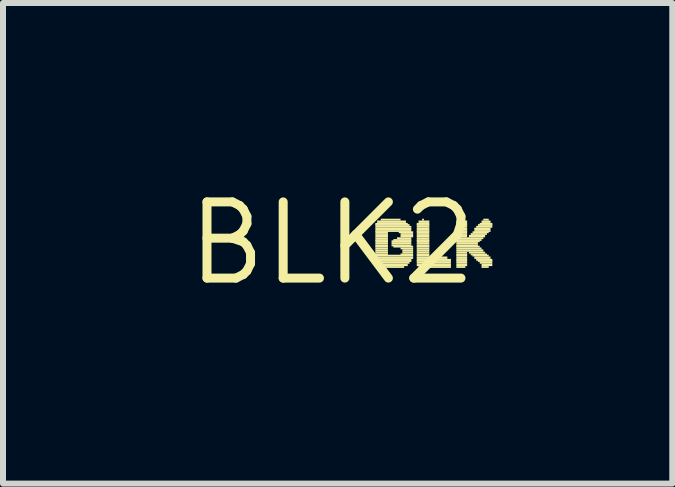
<source format=kicad_pcb>
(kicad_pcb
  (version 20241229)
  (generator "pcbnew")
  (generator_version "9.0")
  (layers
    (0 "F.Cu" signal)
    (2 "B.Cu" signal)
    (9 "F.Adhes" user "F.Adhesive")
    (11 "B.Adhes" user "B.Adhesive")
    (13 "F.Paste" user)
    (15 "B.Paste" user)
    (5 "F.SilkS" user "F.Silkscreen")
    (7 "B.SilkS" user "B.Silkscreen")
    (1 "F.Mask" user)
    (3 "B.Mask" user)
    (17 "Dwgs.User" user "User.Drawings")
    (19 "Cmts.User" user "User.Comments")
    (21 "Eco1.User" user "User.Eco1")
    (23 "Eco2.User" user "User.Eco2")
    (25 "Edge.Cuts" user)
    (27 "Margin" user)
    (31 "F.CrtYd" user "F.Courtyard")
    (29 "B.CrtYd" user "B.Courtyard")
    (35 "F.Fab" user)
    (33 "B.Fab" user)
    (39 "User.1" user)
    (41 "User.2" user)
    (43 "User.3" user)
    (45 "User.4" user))
  (footprint "BLK2"
    (layer "F.Cu")
    (at 2.487 1.006)
    (property "Reference" "BLK2" (at 0 0 0) (layer "F.SilkS") (effects (font (size 1.27 1.27) (thickness 0.15))))
    (attr through_hole)
    (fp_poly (pts (xy 0.72 -0.31) (xy 1.26 -0.31) (xy 1.26 -0.34) (xy 0.72 -0.34)) (stroke (width 0) (type solid)) (fill yes) (layer "F.SilkS"))
    (fp_poly (pts (xy 0.72 -0.29) (xy 1.29 -0.29) (xy 1.29 -0.32) (xy 0.72 -0.32)) (stroke (width 0) (type solid)) (fill yes) (layer "F.SilkS"))
    (fp_poly (pts (xy 0.72 -0.26) (xy 1.32 -0.26) (xy 1.32 -0.29) (xy 0.72 -0.29)) (stroke (width 0) (type solid)) (fill yes) (layer "F.SilkS"))
    (fp_poly (pts (xy 0.72 -0.22) (xy 1.32 -0.22) (xy 1.32 -0.26) (xy 0.72 -0.26)) (stroke (width 0) (type solid)) (fill yes) (layer "F.SilkS"))
    (fp_poly (pts (xy 0.72 -0.19) (xy 1.32 -0.19) (xy 1.32 -0.22) (xy 0.72 -0.22)) (stroke (width 0) (type solid)) (fill yes) (layer "F.SilkS"))
    (fp_poly (pts (xy 0.72 -0.17) (xy 0.93 -0.17) (xy 0.93 -0.2) (xy 0.72 -0.2)) (stroke (width 0) (type solid)) (fill yes) (layer "F.SilkS"))
    (fp_poly (pts (xy 0.72 -0.14) (xy 0.93 -0.14) (xy 0.93 -0.17) (xy 0.72 -0.17)) (stroke (width 0) (type solid)) (fill yes) (layer "F.SilkS"))
    (fp_poly (pts (xy 0.72 -0.1) (xy 0.93 -0.1) (xy 0.93 -0.14) (xy 0.72 -0.14)) (stroke (width 0) (type solid)) (fill yes) (layer "F.SilkS"))
    (fp_poly (pts (xy 0.72 -0.07) (xy 0.93 -0.07) (xy 0.93 -0.1) (xy 0.72 -0.1)) (stroke (width 0) (type solid)) (fill yes) (layer "F.SilkS"))
    (fp_poly (pts (xy 0.72 -0.04) (xy 0.93 -0.04) (xy 0.93 -0.07) (xy 0.72 -0.07)) (stroke (width 0) (type solid)) (fill yes) (layer "F.SilkS"))
    (fp_poly (pts (xy 0.72 -0.02) (xy 0.93 -0.02) (xy 0.93 -0.05) (xy 0.72 -0.05)) (stroke (width 0) (type solid)) (fill yes) (layer "F.SilkS"))
    (fp_poly (pts (xy 0.72 0.02) (xy 0.93 0.02) (xy 0.93 -0.02) (xy 0.72 -0.02)) (stroke (width 0) (type solid)) (fill yes) (layer "F.SilkS"))
    (fp_poly (pts (xy 0.72 0.05) (xy 0.93 0.05) (xy 0.93 0.02) (xy 0.72 0.02)) (stroke (width 0) (type solid)) (fill yes) (layer "F.SilkS"))
    (fp_poly (pts (xy 0.72 0.07) (xy 0.93 0.07) (xy 0.93 0.04) (xy 0.72 0.04)) (stroke (width 0) (type solid)) (fill yes) (layer "F.SilkS"))
    (fp_poly (pts (xy 0.72 0.1) (xy 0.93 0.1) (xy 0.93 0.07) (xy 0.72 0.07)) (stroke (width 0) (type solid)) (fill yes) (layer "F.SilkS"))
    (fp_poly (pts (xy 0.72 0.14) (xy 0.93 0.14) (xy 0.93 0.1) (xy 0.72 0.1)) (stroke (width 0) (type solid)) (fill yes) (layer "F.SilkS"))
    (fp_poly (pts (xy 0.72 0.17) (xy 0.93 0.17) (xy 0.93 0.14) (xy 0.72 0.14)) (stroke (width 0) (type solid)) (fill yes) (layer "F.SilkS"))
    (fp_poly (pts (xy 0.72 0.2) (xy 0.93 0.2) (xy 0.93 0.17) (xy 0.72 0.17)) (stroke (width 0) (type solid)) (fill yes) (layer "F.SilkS"))
    (fp_poly (pts (xy 0.72 0.22) (xy 1.35 0.22) (xy 1.35 0.19) (xy 0.72 0.19)) (stroke (width 0) (type solid)) (fill yes) (layer "F.SilkS"))
    (fp_poly (pts (xy 0.72 0.26) (xy 1.35 0.26) (xy 1.35 0.22) (xy 0.72 0.22)) (stroke (width 0) (type solid)) (fill yes) (layer "F.SilkS"))
    (fp_poly (pts (xy 0.72 0.29) (xy 1.32 0.29) (xy 1.32 0.26) (xy 0.72 0.26)) (stroke (width 0) (type solid)) (fill yes) (layer "F.SilkS"))
    (fp_poly (pts (xy 0.72 0.31) (xy 1.32 0.31) (xy 1.32 0.28) (xy 0.72 0.28)) (stroke (width 0) (type solid)) (fill yes) (layer "F.SilkS"))
    (fp_poly (pts (xy 0.72 0.34) (xy 1.29 0.34) (xy 1.29 0.31) (xy 0.72 0.31)) (stroke (width 0) (type solid)) (fill yes) (layer "F.SilkS"))
    (fp_poly (pts (xy 0.72 0.38) (xy 1.26 0.38) (xy 1.26 0.34) (xy 0.72 0.34)) (stroke (width 0) (type solid)) (fill yes) (layer "F.SilkS"))
    (fp_poly (pts (xy 0.75 -0.34) (xy 1.23 -0.34) (xy 1.23 -0.38) (xy 0.75 -0.38)) (stroke (width 0) (type solid)) (fill yes) (layer "F.SilkS"))
    (fp_poly (pts (xy 0.75 0.41) (xy 1.2 0.41) (xy 1.2 0.38) (xy 0.75 0.38)) (stroke (width 0) (type solid)) (fill yes) (layer "F.SilkS"))
    (fp_poly (pts (xy 0.81 -0.38) (xy 1.14 -0.38) (xy 1.14 -0.41) (xy 0.81 -0.41)) (stroke (width 0) (type solid)) (fill yes) (layer "F.SilkS"))
    (fp_poly (pts (xy 0.99 -0.02) (xy 1.32 -0.02) (xy 1.32 -0.05) (xy 0.99 -0.05)) (stroke (width 0) (type solid)) (fill yes) (layer "F.SilkS"))
    (fp_poly (pts (xy 0.99 0.02) (xy 1.32 0.02) (xy 1.32 -0.02) (xy 0.99 -0.02)) (stroke (width 0) (type solid)) (fill yes) (layer "F.SilkS"))
    (fp_poly (pts (xy 0.99 0.05) (xy 1.32 0.05) (xy 1.32 0.02) (xy 0.99 0.02)) (stroke (width 0) (type solid)) (fill yes) (layer "F.SilkS"))
    (fp_poly (pts (xy 1.02 -0.04) (xy 1.32 -0.04) (xy 1.32 -0.07) (xy 1.02 -0.07)) (stroke (width 0) (type solid)) (fill yes) (layer "F.SilkS"))
    (fp_poly (pts (xy 1.02 0.07) (xy 1.35 0.07) (xy 1.35 0.04) (xy 1.02 0.04)) (stroke (width 0) (type solid)) (fill yes) (layer "F.SilkS"))
    (fp_poly (pts (xy 1.08 -0.07) (xy 1.32 -0.07) (xy 1.32 -0.1) (xy 1.08 -0.1)) (stroke (width 0) (type solid)) (fill yes) (layer "F.SilkS"))
    (fp_poly (pts (xy 1.11 -0.17) (xy 1.35 -0.17) (xy 1.35 -0.2) (xy 1.11 -0.2)) (stroke (width 0) (type solid)) (fill yes) (layer "F.SilkS"))
    (fp_poly (pts (xy 1.14 -0.14) (xy 1.35 -0.14) (xy 1.35 -0.17) (xy 1.14 -0.17)) (stroke (width 0) (type solid)) (fill yes) (layer "F.SilkS"))
    (fp_poly (pts (xy 1.14 -0.1) (xy 1.35 -0.1) (xy 1.35 -0.14) (xy 1.14 -0.14)) (stroke (width 0) (type solid)) (fill yes) (layer "F.SilkS"))
    (fp_poly (pts (xy 1.14 0.1) (xy 1.35 0.1) (xy 1.35 0.07) (xy 1.14 0.07)) (stroke (width 0) (type solid)) (fill yes) (layer "F.SilkS"))
    (fp_poly (pts (xy 1.14 0.2) (xy 1.35 0.2) (xy 1.35 0.17) (xy 1.14 0.17)) (stroke (width 0) (type solid)) (fill yes) (layer "F.SilkS"))
    (fp_poly (pts (xy 1.17 0.14) (xy 1.35 0.14) (xy 1.35 0.1) (xy 1.17 0.1)) (stroke (width 0) (type solid)) (fill yes) (layer "F.SilkS"))
    (fp_poly (pts (xy 1.17 0.17) (xy 1.35 0.17) (xy 1.35 0.14) (xy 1.17 0.14)) (stroke (width 0) (type solid)) (fill yes) (layer "F.SilkS"))
    (fp_poly (pts (xy 1.41 -0.31) (xy 1.62 -0.31) (xy 1.62 -0.34) (xy 1.41 -0.34)) (stroke (width 0) (type solid)) (fill yes) (layer "F.SilkS"))
    (fp_poly (pts (xy 1.41 -0.29) (xy 1.62 -0.29) (xy 1.62 -0.32) (xy 1.41 -0.32)) (stroke (width 0) (type solid)) (fill yes) (layer "F.SilkS"))
    (fp_poly (pts (xy 1.41 -0.26) (xy 1.62 -0.26) (xy 1.62 -0.29) (xy 1.41 -0.29)) (stroke (width 0) (type solid)) (fill yes) (layer "F.SilkS"))
    (fp_poly (pts (xy 1.41 -0.22) (xy 1.62 -0.22) (xy 1.62 -0.26) (xy 1.41 -0.26)) (stroke (width 0) (type solid)) (fill yes) (layer "F.SilkS"))
    (fp_poly (pts (xy 1.41 -0.19) (xy 1.62 -0.19) (xy 1.62 -0.22) (xy 1.41 -0.22)) (stroke (width 0) (type solid)) (fill yes) (layer "F.SilkS"))
    (fp_poly (pts (xy 1.41 -0.17) (xy 1.62 -0.17) (xy 1.62 -0.2) (xy 1.41 -0.2)) (stroke (width 0) (type solid)) (fill yes) (layer "F.SilkS"))
    (fp_poly (pts (xy 1.41 -0.14) (xy 1.62 -0.14) (xy 1.62 -0.17) (xy 1.41 -0.17)) (stroke (width 0) (type solid)) (fill yes) (layer "F.SilkS"))
    (fp_poly (pts (xy 1.41 -0.1) (xy 1.62 -0.1) (xy 1.62 -0.14) (xy 1.41 -0.14)) (stroke (width 0) (type solid)) (fill yes) (layer "F.SilkS"))
    (fp_poly (pts (xy 1.41 -0.07) (xy 1.62 -0.07) (xy 1.62 -0.1) (xy 1.41 -0.1)) (stroke (width 0) (type solid)) (fill yes) (layer "F.SilkS"))
    (fp_poly (pts (xy 1.41 -0.04) (xy 1.62 -0.04) (xy 1.62 -0.07) (xy 1.41 -0.07)) (stroke (width 0) (type solid)) (fill yes) (layer "F.SilkS"))
    (fp_poly (pts (xy 1.41 -0.02) (xy 1.62 -0.02) (xy 1.62 -0.05) (xy 1.41 -0.05)) (stroke (width 0) (type solid)) (fill yes) (layer "F.SilkS"))
    (fp_poly (pts (xy 1.41 0.02) (xy 1.62 0.02) (xy 1.62 -0.02) (xy 1.41 -0.02)) (stroke (width 0) (type solid)) (fill yes) (layer "F.SilkS"))
    (fp_poly (pts (xy 1.41 0.05) (xy 1.62 0.05) (xy 1.62 0.02) (xy 1.41 0.02)) (stroke (width 0) (type solid)) (fill yes) (layer "F.SilkS"))
    (fp_poly (pts (xy 1.41 0.07) (xy 1.62 0.07) (xy 1.62 0.04) (xy 1.41 0.04)) (stroke (width 0) (type solid)) (fill yes) (layer "F.SilkS"))
    (fp_poly (pts (xy 1.41 0.1) (xy 1.62 0.1) (xy 1.62 0.07) (xy 1.41 0.07)) (stroke (width 0) (type solid)) (fill yes) (layer "F.SilkS"))
    (fp_poly (pts (xy 1.41 0.14) (xy 1.62 0.14) (xy 1.62 0.1) (xy 1.41 0.1)) (stroke (width 0) (type solid)) (fill yes) (layer "F.SilkS"))
    (fp_poly (pts (xy 1.41 0.17) (xy 1.62 0.17) (xy 1.62 0.14) (xy 1.41 0.14)) (stroke (width 0) (type solid)) (fill yes) (layer "F.SilkS"))
    (fp_poly (pts (xy 1.41 0.2) (xy 1.62 0.2) (xy 1.62 0.17) (xy 1.41 0.17)) (stroke (width 0) (type solid)) (fill yes) (layer "F.SilkS"))
    (fp_poly (pts (xy 1.41 0.22) (xy 1.62 0.22) (xy 1.62 0.19) (xy 1.41 0.19)) (stroke (width 0) (type solid)) (fill yes) (layer "F.SilkS"))
    (fp_poly (pts (xy 1.41 0.26) (xy 1.92 0.26) (xy 1.92 0.22) (xy 1.41 0.22)) (stroke (width 0) (type solid)) (fill yes) (layer "F.SilkS"))
    (fp_poly (pts (xy 1.41 0.29) (xy 1.98 0.29) (xy 1.98 0.26) (xy 1.41 0.26)) (stroke (width 0) (type solid)) (fill yes) (layer "F.SilkS"))
    (fp_poly (pts (xy 1.41 0.31) (xy 1.98 0.31) (xy 1.98 0.28) (xy 1.41 0.28)) (stroke (width 0) (type solid)) (fill yes) (layer "F.SilkS"))
    (fp_poly (pts (xy 1.41 0.34) (xy 1.98 0.34) (xy 1.98 0.31) (xy 1.41 0.31)) (stroke (width 0) (type solid)) (fill yes) (layer "F.SilkS"))
    (fp_poly (pts (xy 1.41 0.38) (xy 1.98 0.38) (xy 1.98 0.34) (xy 1.41 0.34)) (stroke (width 0) (type solid)) (fill yes) (layer "F.SilkS"))
    (fp_poly (pts (xy 1.44 -0.34) (xy 1.62 -0.34) (xy 1.62 -0.38) (xy 1.44 -0.38)) (stroke (width 0) (type solid)) (fill yes) (layer "F.SilkS"))
    (fp_poly (pts (xy 1.44 0.41) (xy 1.98 0.41) (xy 1.98 0.38) (xy 1.44 0.38)) (stroke (width 0) (type solid)) (fill yes) (layer "F.SilkS"))
    (fp_poly (pts (xy 1.5 -0.38) (xy 1.53 -0.38) (xy 1.53 -0.41) (xy 1.5 -0.41)) (stroke (width 0) (type solid)) (fill yes) (layer "F.SilkS"))
    (fp_poly (pts (xy 2.07 -0.34) (xy 2.25 -0.34) (xy 2.25 -0.38) (xy 2.07 -0.38)) (stroke (width 0) (type solid)) (fill yes) (layer "F.SilkS"))
    (fp_poly (pts (xy 2.07 -0.31) (xy 2.25 -0.31) (xy 2.25 -0.34) (xy 2.07 -0.34)) (stroke (width 0) (type solid)) (fill yes) (layer "F.SilkS"))
    (fp_poly (pts (xy 2.07 -0.29) (xy 2.25 -0.29) (xy 2.25 -0.32) (xy 2.07 -0.32)) (stroke (width 0) (type solid)) (fill yes) (layer "F.SilkS"))
    (fp_poly (pts (xy 2.07 -0.26) (xy 2.25 -0.26) (xy 2.25 -0.29) (xy 2.07 -0.29)) (stroke (width 0) (type solid)) (fill yes) (layer "F.SilkS"))
    (fp_poly (pts (xy 2.07 -0.22) (xy 2.25 -0.22) (xy 2.25 -0.26) (xy 2.07 -0.26)) (stroke (width 0) (type solid)) (fill yes) (layer "F.SilkS"))
    (fp_poly (pts (xy 2.07 -0.19) (xy 2.25 -0.19) (xy 2.25 -0.22) (xy 2.07 -0.22)) (stroke (width 0) (type solid)) (fill yes) (layer "F.SilkS"))
    (fp_poly (pts (xy 2.07 -0.17) (xy 2.25 -0.17) (xy 2.25 -0.2) (xy 2.07 -0.2)) (stroke (width 0) (type solid)) (fill yes) (layer "F.SilkS"))
    (fp_poly (pts (xy 2.07 -0.14) (xy 2.25 -0.14) (xy 2.25 -0.17) (xy 2.07 -0.17)) (stroke (width 0) (type solid)) (fill yes) (layer "F.SilkS"))
    (fp_poly (pts (xy 2.07 -0.1) (xy 2.25 -0.1) (xy 2.25 -0.14) (xy 2.07 -0.14)) (stroke (width 0) (type solid)) (fill yes) (layer "F.SilkS"))
    (fp_poly (pts (xy 2.07 -0.07) (xy 2.52 -0.07) (xy 2.52 -0.1) (xy 2.07 -0.1)) (stroke (width 0) (type solid)) (fill yes) (layer "F.SilkS"))
    (fp_poly (pts (xy 2.07 -0.04) (xy 2.49 -0.04) (xy 2.49 -0.07) (xy 2.07 -0.07)) (stroke (width 0) (type solid)) (fill yes) (layer "F.SilkS"))
    (fp_poly (pts (xy 2.07 -0.02) (xy 2.46 -0.02) (xy 2.46 -0.05) (xy 2.07 -0.05)) (stroke (width 0) (type solid)) (fill yes) (layer "F.SilkS"))
    (fp_poly (pts (xy 2.07 0.02) (xy 2.43 0.02) (xy 2.43 -0.02) (xy 2.07 -0.02)) (stroke (width 0) (type solid)) (fill yes) (layer "F.SilkS"))
    (fp_poly (pts (xy 2.07 0.05) (xy 2.43 0.05) (xy 2.43 0.02) (xy 2.07 0.02)) (stroke (width 0) (type solid)) (fill yes) (layer "F.SilkS"))
    (fp_poly (pts (xy 2.07 0.07) (xy 2.46 0.07) (xy 2.46 0.04) (xy 2.07 0.04)) (stroke (width 0) (type solid)) (fill yes) (layer "F.SilkS"))
    (fp_poly (pts (xy 2.07 0.1) (xy 2.49 0.1) (xy 2.49 0.07) (xy 2.07 0.07)) (stroke (width 0) (type solid)) (fill yes) (layer "F.SilkS"))
    (fp_poly (pts (xy 2.07 0.14) (xy 2.52 0.14) (xy 2.52 0.1) (xy 2.07 0.1)) (stroke (width 0) (type solid)) (fill yes) (layer "F.SilkS"))
    (fp_poly (pts (xy 2.07 0.17) (xy 2.25 0.17) (xy 2.25 0.14) (xy 2.07 0.14)) (stroke (width 0) (type solid)) (fill yes) (layer "F.SilkS"))
    (fp_poly (pts (xy 2.07 0.2) (xy 2.25 0.2) (xy 2.25 0.17) (xy 2.07 0.17)) (stroke (width 0) (type solid)) (fill yes) (layer "F.SilkS"))
    (fp_poly (pts (xy 2.07 0.22) (xy 2.25 0.22) (xy 2.25 0.19) (xy 2.07 0.19)) (stroke (width 0) (type solid)) (fill yes) (layer "F.SilkS"))
    (fp_poly (pts (xy 2.07 0.26) (xy 2.25 0.26) (xy 2.25 0.22) (xy 2.07 0.22)) (stroke (width 0) (type solid)) (fill yes) (layer "F.SilkS"))
    (fp_poly (pts (xy 2.07 0.29) (xy 2.25 0.29) (xy 2.25 0.26) (xy 2.07 0.26)) (stroke (width 0) (type solid)) (fill yes) (layer "F.SilkS"))
    (fp_poly (pts (xy 2.07 0.31) (xy 2.25 0.31) (xy 2.25 0.28) (xy 2.07 0.28)) (stroke (width 0) (type solid)) (fill yes) (layer "F.SilkS"))
    (fp_poly (pts (xy 2.07 0.34) (xy 2.25 0.34) (xy 2.25 0.31) (xy 2.07 0.31)) (stroke (width 0) (type solid)) (fill yes) (layer "F.SilkS"))
    (fp_poly (pts (xy 2.07 0.38) (xy 2.25 0.38) (xy 2.25 0.34) (xy 2.07 0.34)) (stroke (width 0) (type solid)) (fill yes) (layer "F.SilkS"))
    (fp_poly (pts (xy 2.07 0.41) (xy 2.22 0.41) (xy 2.22 0.38) (xy 2.07 0.38)) (stroke (width 0) (type solid)) (fill yes) (layer "F.SilkS"))
    (fp_poly (pts (xy 2.13 -0.38) (xy 2.19 -0.38) (xy 2.19 -0.41) (xy 2.13 -0.41)) (stroke (width 0) (type solid)) (fill yes) (layer "F.SilkS"))
    (fp_poly (pts (xy 2.28 -0.1) (xy 2.55 -0.1) (xy 2.55 -0.14) (xy 2.28 -0.14)) (stroke (width 0) (type solid)) (fill yes) (layer "F.SilkS"))
    (fp_poly (pts (xy 2.28 0.17) (xy 2.55 0.17) (xy 2.55 0.14) (xy 2.28 0.14)) (stroke (width 0) (type solid)) (fill yes) (layer "F.SilkS"))
    (fp_poly (pts (xy 2.31 -0.14) (xy 2.58 -0.14) (xy 2.58 -0.17) (xy 2.31 -0.17)) (stroke (width 0) (type solid)) (fill yes) (layer "F.SilkS"))
    (fp_poly (pts (xy 2.31 0.2) (xy 2.58 0.2) (xy 2.58 0.17) (xy 2.31 0.17)) (stroke (width 0) (type solid)) (fill yes) (layer "F.SilkS"))
    (fp_poly (pts (xy 2.34 -0.17) (xy 2.61 -0.17) (xy 2.61 -0.2) (xy 2.34 -0.2)) (stroke (width 0) (type solid)) (fill yes) (layer "F.SilkS"))
    (fp_poly (pts (xy 2.34 0.22) (xy 2.61 0.22) (xy 2.61 0.19) (xy 2.34 0.19)) (stroke (width 0) (type solid)) (fill yes) (layer "F.SilkS"))
    (fp_poly (pts (xy 2.37 -0.22) (xy 2.64 -0.22) (xy 2.64 -0.26) (xy 2.37 -0.26)) (stroke (width 0) (type solid)) (fill yes) (layer "F.SilkS"))
    (fp_poly (pts (xy 2.37 -0.19) (xy 2.64 -0.19) (xy 2.64 -0.22) (xy 2.37 -0.22)) (stroke (width 0) (type solid)) (fill yes) (layer "F.SilkS"))
    (fp_poly (pts (xy 2.37 0.26) (xy 2.64 0.26) (xy 2.64 0.22) (xy 2.37 0.22)) (stroke (width 0) (type solid)) (fill yes) (layer "F.SilkS"))
    (fp_poly (pts (xy 2.4 -0.26) (xy 2.67 -0.26) (xy 2.67 -0.29) (xy 2.4 -0.29)) (stroke (width 0) (type solid)) (fill yes) (layer "F.SilkS"))
    (fp_poly (pts (xy 2.4 0.29) (xy 2.67 0.29) (xy 2.67 0.26) (xy 2.4 0.26)) (stroke (width 0) (type solid)) (fill yes) (layer "F.SilkS"))
    (fp_poly (pts (xy 2.43 -0.29) (xy 2.67 -0.29) (xy 2.67 -0.32) (xy 2.43 -0.32)) (stroke (width 0) (type solid)) (fill yes) (layer "F.SilkS"))
    (fp_poly (pts (xy 2.43 0.31) (xy 2.67 0.31) (xy 2.67 0.28) (xy 2.43 0.28)) (stroke (width 0) (type solid)) (fill yes) (layer "F.SilkS"))
    (fp_poly (pts (xy 2.46 -0.31) (xy 2.67 -0.31) (xy 2.67 -0.34) (xy 2.46 -0.34)) (stroke (width 0) (type solid)) (fill yes) (layer "F.SilkS"))
    (fp_poly (pts (xy 2.46 0.34) (xy 2.67 0.34) (xy 2.67 0.31) (xy 2.46 0.31)) (stroke (width 0) (type solid)) (fill yes) (layer "F.SilkS"))
    (fp_poly (pts (xy 2.49 -0.34) (xy 2.64 -0.34) (xy 2.64 -0.38) (xy 2.49 -0.38)) (stroke (width 0) (type solid)) (fill yes) (layer "F.SilkS"))
    (fp_poly (pts (xy 2.49 0.38) (xy 2.67 0.38) (xy 2.67 0.34) (xy 2.49 0.34)) (stroke (width 0) (type solid)) (fill yes) (layer "F.SilkS"))
    (fp_poly (pts (xy 2.49 0.41) (xy 2.61 0.41) (xy 2.61 0.38) (xy 2.49 0.38)) (stroke (width 0) (type solid)) (fill yes) (layer "F.SilkS"))
    (fp_poly (pts (xy 2.52 -0.38) (xy 2.61 -0.38) (xy 2.61 -0.41) (xy 2.52 -0.41)) (stroke (width 0) (type solid)) (fill yes) (layer "F.SilkS")))
  (gr_rect
    (start -3 -3)
    (end 8.157 5.012)
    (stroke (width 0.1) (type default))
    (fill no)
    (layer "Edge.Cuts")))
</source>
